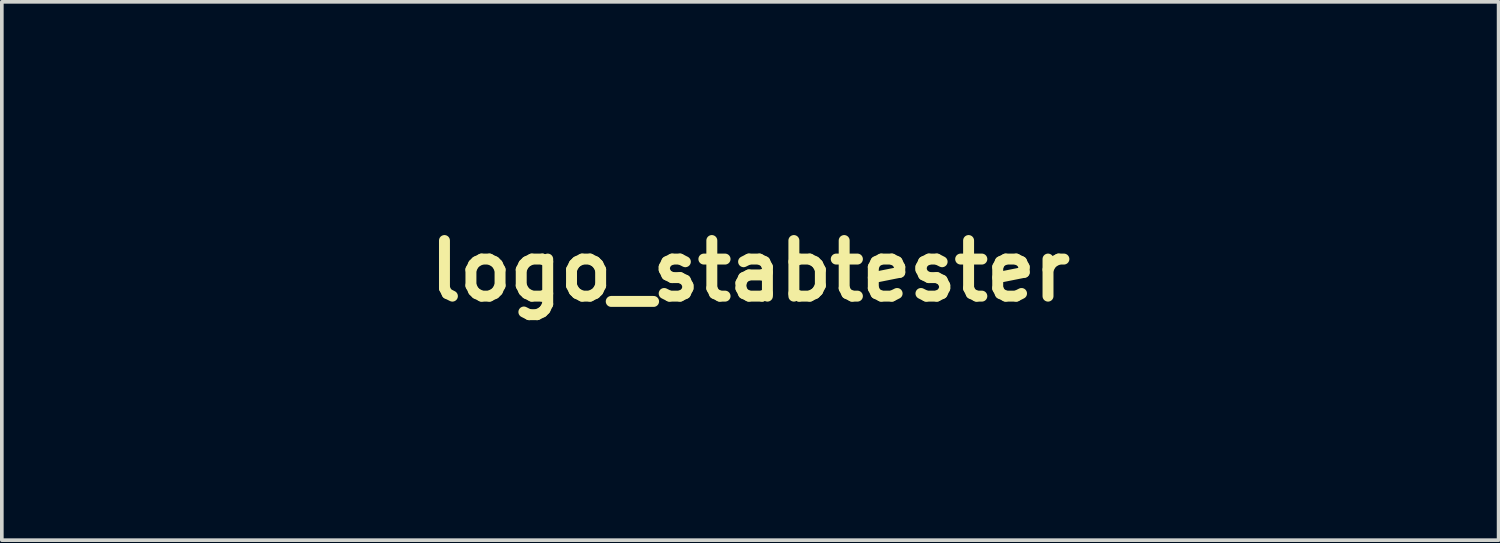
<source format=kicad_pcb>
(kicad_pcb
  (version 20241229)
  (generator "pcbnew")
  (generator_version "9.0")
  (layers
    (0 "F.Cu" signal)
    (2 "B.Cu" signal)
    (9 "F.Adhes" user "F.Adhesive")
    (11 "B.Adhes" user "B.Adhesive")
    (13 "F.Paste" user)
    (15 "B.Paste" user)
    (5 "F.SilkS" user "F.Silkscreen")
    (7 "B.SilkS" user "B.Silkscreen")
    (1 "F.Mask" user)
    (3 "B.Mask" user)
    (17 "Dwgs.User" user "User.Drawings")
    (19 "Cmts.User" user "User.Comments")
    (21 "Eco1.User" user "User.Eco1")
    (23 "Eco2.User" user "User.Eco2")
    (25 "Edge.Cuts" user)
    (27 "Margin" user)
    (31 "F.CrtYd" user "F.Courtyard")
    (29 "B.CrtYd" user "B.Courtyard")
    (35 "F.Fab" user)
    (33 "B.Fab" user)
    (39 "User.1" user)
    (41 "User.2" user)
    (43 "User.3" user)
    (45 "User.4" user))
  (footprint "logo_stabtester"
    (layer "F.Cu")
    (at 17.517 4.379)
    (property "Reference" "logo_stabtester" (at 0 0 0) (layer "F.SilkS") (effects (font (size 1.524 1.524) (thickness 0.3))))
    (attr board_only exclude_from_pos_files exclude_from_bom)
    (fp_poly (pts (xy -12.974 -0.465) (xy -12.97 -0.41) (xy -13.021 -0.334) (xy -13.066 -0.314) (xy -13.127 -0.323) (xy -13.13 -0.379) (xy -13.079 -0.454) (xy -13.035 -0.474)) (stroke (width 0) (type solid)) (fill yes) (layer "F.Mask"))
    (fp_poly (pts (xy -12.974 1.374) (xy -12.97 1.43) (xy -13.021 1.505) (xy -13.066 1.525) (xy -13.127 1.516) (xy -13.13 1.461) (xy -13.079 1.385) (xy -13.035 1.365)) (stroke (width 0) (type solid)) (fill yes) (layer "F.Mask"))
    (fp_poly (pts (xy -12.055 -0.465) (xy -12.051 -0.41) (xy -12.102 -0.334) (xy -12.146 -0.314) (xy -12.207 -0.323) (xy -12.211 -0.379) (xy -12.16 -0.454) (xy -12.115 -0.474)) (stroke (width 0) (type solid)) (fill yes) (layer "F.Mask"))
    (fp_poly (pts (xy -12.055 1.374) (xy -12.051 1.43) (xy -12.102 1.505) (xy -12.146 1.525) (xy -12.207 1.516) (xy -12.211 1.461) (xy -12.16 1.385) (xy -12.115 1.365)) (stroke (width 0) (type solid)) (fill yes) (layer "F.Mask"))
    (fp_poly (pts (xy -1.019 -2.304) (xy -1.015 -2.249) (xy -1.066 -2.173) (xy -1.11 -2.153) (xy -1.171 -2.163) (xy -1.175 -2.218) (xy -1.124 -2.293) (xy -1.079 -2.314)) (stroke (width 0) (type solid)) (fill yes) (layer "F.Mask"))
    (fp_poly (pts (xy -0.907 0.4) (xy -0.904 0.457) (xy -0.949 0.508) (xy -0.978 0.518) (xy -1.039 0.509) (xy -1.043 0.453) (xy -1.001 0.385) (xy -0.963 0.372)) (stroke (width 0) (type solid)) (fill yes) (layer "F.Mask"))
    (fp_poly (pts (xy 8.671 1.574) (xy 9.405 1.586) (xy 10.138 1.598) (xy 10.152 1.785) (xy 10.165 1.971) (xy 8.277 1.971) (xy 8.277 0.131) (xy 8.671 0.131)) (stroke (width 0) (type solid)) (fill yes) (layer "F.Mask"))
    (fp_poly (pts (xy 17.517 4.379) (xy -17.517 4.379) (xy -17.517 4.204) (xy -17.386 4.204) (xy 17.342 4.204) (xy 17.342 -4.248) (xy -17.386 -4.248) (xy -17.386 4.204) (xy -17.517 4.204) (xy -17.517 -4.379) (xy 17.517 -4.379)) (stroke (width 0) (type solid)) (fill yes) (layer "F.Mask"))
    (fp_poly (pts (xy -7.9 -2.447) (xy -7.887 -2.416) (xy -7.901 -2.339) (xy -7.933 -2.228) (xy -7.977 -2.118) (xy -8.02 -2.061) (xy -8.05 -2.068) (xy -8.058 -2.118) (xy -8.044 -2.254) (xy -8.01 -2.372) (xy -7.966 -2.443) (xy -7.943 -2.452)) (stroke (width 0) (type solid)) (fill yes) (layer "F.Mask"))
    (fp_poly (pts (xy 5.343 -1.621) (xy 5.332 -1.516) (xy 5.292 -1.448) (xy 5.206 -1.412) (xy 5.062 -1.401) (xy 4.864 -1.408) (xy 4.598 -1.423) (xy 4.598 -0.69) (xy 4.598 0.044) (xy 4.204 0.044) (xy 4.204 -1.398) (xy 3.843 -1.411) (xy 3.482 -1.423) (xy 3.468 -1.609) (xy 3.455 -1.796) (xy 5.343 -1.796)) (stroke (width 0) (type solid)) (fill yes) (layer "F.Mask"))
    (fp_poly (pts (xy -13.02 -0.199) (xy -13.007 -0.159) (xy -13.014 -0.084) (xy -13.034 0.042) (xy -13.051 0.134) (xy -13.073 0.286) (xy -13.066 0.371) (xy -13.045 0.397) (xy -13.018 0.454) (xy -13.025 0.477) (xy -13.086 0.518) (xy -13.164 0.521) (xy -13.219 0.489) (xy -13.226 0.466) (xy -13.218 0.391) (xy -13.198 0.264) (xy -13.181 0.173) (xy -13.159 0.026) (xy -13.164 -0.058) (xy -13.192 -0.096) (xy -13.222 -0.135) (xy -13.182 -0.175) (xy -13.085 -0.215)) (stroke (width 0) (type solid)) (fill yes) (layer "F.Mask"))
    (fp_poly (pts (xy -13.02 1.64) (xy -13.007 1.68) (xy -13.014 1.755) (xy -13.034 1.882) (xy -13.051 1.973) (xy -13.073 2.125) (xy -13.066 2.21) (xy -13.045 2.237) (xy -13.018 2.294) (xy -13.025 2.316) (xy -13.086 2.357) (xy -13.164 2.361) (xy -13.219 2.328) (xy -13.226 2.305) (xy -13.218 2.23) (xy -13.198 2.104) (xy -13.181 2.012) (xy -13.159 1.865) (xy -13.164 1.781) (xy -13.192 1.744) (xy -13.222 1.704) (xy -13.182 1.665) (xy -13.085 1.624)) (stroke (width 0) (type solid)) (fill yes) (layer "F.Mask"))
    (fp_poly (pts (xy -12.101 -0.199) (xy -12.087 -0.159) (xy -12.095 -0.084) (xy -12.115 0.042) (xy -12.131 0.134) (xy -12.153 0.286) (xy -12.146 0.371) (xy -12.125 0.397) (xy -12.098 0.454) (xy -12.106 0.477) (xy -12.166 0.518) (xy -12.245 0.521) (xy -12.3 0.489) (xy -12.306 0.466) (xy -12.298 0.391) (xy -12.278 0.264) (xy -12.262 0.173) (xy -12.24 0.026) (xy -12.245 -0.058) (xy -12.273 -0.096) (xy -12.302 -0.135) (xy -12.262 -0.175) (xy -12.165 -0.215)) (stroke (width 0) (type solid)) (fill yes) (layer "F.Mask"))
    (fp_poly (pts (xy -12.101 1.64) (xy -12.087 1.68) (xy -12.095 1.755) (xy -12.115 1.882) (xy -12.131 1.973) (xy -12.153 2.125) (xy -12.146 2.21) (xy -12.125 2.237) (xy -12.098 2.294) (xy -12.106 2.316) (xy -12.166 2.357) (xy -12.245 2.361) (xy -12.3 2.328) (xy -12.306 2.305) (xy -12.298 2.23) (xy -12.278 2.104) (xy -12.262 2.012) (xy -12.24 1.865) (xy -12.245 1.781) (xy -12.273 1.744) (xy -12.302 1.704) (xy -12.262 1.665) (xy -12.165 1.624)) (stroke (width 0) (type solid)) (fill yes) (layer "F.Mask"))
    (fp_poly (pts (xy -1.065 -2.039) (xy -1.051 -1.999) (xy -1.059 -1.924) (xy -1.079 -1.797) (xy -1.095 -1.706) (xy -1.117 -1.553) (xy -1.11 -1.468) (xy -1.09 -1.442) (xy -1.062 -1.385) (xy -1.07 -1.362) (xy -1.13 -1.321) (xy -1.209 -1.318) (xy -1.264 -1.351) (xy -1.27 -1.374) (xy -1.262 -1.448) (xy -1.242 -1.575) (xy -1.226 -1.666) (xy -1.204 -1.814) (xy -1.209 -1.897) (xy -1.237 -1.935) (xy -1.266 -1.975) (xy -1.226 -2.014) (xy -1.129 -2.054)) (stroke (width 0) (type solid)) (fill yes) (layer "F.Mask"))
    (fp_poly (pts (xy 12.919 0.813) (xy 13.281 1.495) (xy 13.443 1.196) (xy 13.541 1.016) (xy 13.659 0.798) (xy 13.777 0.58) (xy 13.812 0.515) (xy 14.018 0.131) (xy 14.408 0.131) (xy 14.408 1.971) (xy 14.017 1.971) (xy 14.004 1.456) (xy 13.992 0.942) (xy 13.73 1.456) (xy 13.468 1.971) (xy 13.095 1.971) (xy 12.834 1.456) (xy 12.573 0.942) (xy 12.571 1.828) (xy 12.569 2.715) (xy 12.174 2.715) (xy 12.174 0.131) (xy 12.558 0.131)) (stroke (width 0) (type solid)) (fill yes) (layer "F.Mask"))
    (fp_poly (pts (xy -12.507 -0.648) (xy -12.488 -0.612) (xy -12.487 -0.537) (xy -12.501 -0.407) (xy -12.533 -0.211) (xy -12.55 -0.111) (xy -12.579 0.076) (xy -12.597 0.239) (xy -12.603 0.353) (xy -12.6 0.38) (xy -12.61 0.47) (xy -12.644 0.501) (xy -12.739 0.523) (xy -12.773 0.487) (xy -12.767 0.427) (xy -12.723 0.208) (xy -12.686 -0.009) (xy -12.66 -0.207) (xy -12.646 -0.367) (xy -12.647 -0.47) (xy -12.656 -0.499) (xy -12.669 -0.56) (xy -12.626 -0.624) (xy -12.55 -0.657) (xy -12.541 -0.657)) (stroke (width 0) (type solid)) (fill yes) (layer "F.Mask"))
    (fp_poly (pts (xy -12.507 1.191) (xy -12.488 1.227) (xy -12.487 1.303) (xy -12.501 1.432) (xy -12.533 1.628) (xy -12.55 1.729) (xy -12.579 1.916) (xy -12.597 2.079) (xy -12.603 2.193) (xy -12.6 2.219) (xy -12.61 2.309) (xy -12.644 2.341) (xy -12.739 2.363) (xy -12.773 2.326) (xy -12.767 2.266) (xy -12.723 2.048) (xy -12.686 1.83) (xy -12.66 1.633) (xy -12.646 1.473) (xy -12.647 1.369) (xy -12.656 1.341) (xy -12.669 1.279) (xy -12.626 1.215) (xy -12.55 1.183) (xy -12.541 1.182)) (stroke (width 0) (type solid)) (fill yes) (layer "F.Mask"))
    (fp_poly (pts (xy 13.478 -1.347) (xy 13.466 0.022) (xy 13.285 0.035) (xy 13.103 0.048) (xy 12.562 -0.577) (xy 12.021 -1.202) (xy 12.009 -0.207) (xy 11.998 0.788) (xy 11.831 0.788) (xy 11.715 0.781) (xy 11.641 0.764) (xy 11.634 0.759) (xy 11.627 0.709) (xy 11.62 0.583) (xy 11.614 0.392) (xy 11.61 0.148) (xy 11.607 -0.14) (xy 11.605 -0.459) (xy 11.605 -0.533) (xy 11.605 -1.796) (xy 11.813 -1.793) (xy 12.021 -1.79) (xy 13.072 -0.552) (xy 13.084 -1.633) (xy 13.096 -2.715) (xy 13.49 -2.715)) (stroke (width 0) (type solid)) (fill yes) (layer "F.Mask"))
    (fp_poly (pts (xy -14.807 -1.998) (xy -14.802 -1.966) (xy -14.82 -1.898) (xy -14.889 -1.896) (xy -14.892 -1.897) (xy -14.98 -1.878) (xy -15.064 -1.788) (xy -15.132 -1.641) (xy -15.17 -1.486) (xy -15.205 -1.36) (xy -15.261 -1.314) (xy -15.268 -1.314) (xy -15.314 -1.331) (xy -15.32 -1.399) (xy -15.31 -1.456) (xy -15.269 -1.672) (xy -15.25 -1.815) (xy -15.25 -1.896) (xy -15.271 -1.926) (xy -15.278 -1.927) (xy -15.325 -1.949) (xy -15.31 -1.996) (xy -15.252 -2.034) (xy -15.163 -2.027) (xy -15.126 -1.994) (xy -15.079 -1.949) (xy -15.033 -1.978) (xy -15.021 -1.992) (xy -14.938 -2.051) (xy -14.857 -2.052)) (stroke (width 0) (type solid)) (fill yes) (layer "F.Mask"))
    (fp_poly (pts (xy -9.902 -0.159) (xy -9.897 -0.126) (xy -9.915 -0.058) (xy -9.984 -0.056) (xy -9.988 -0.057) (xy -10.076 -0.039) (xy -10.159 0.051) (xy -10.227 0.198) (xy -10.265 0.354) (xy -10.301 0.479) (xy -10.356 0.525) (xy -10.363 0.526) (xy -10.409 0.508) (xy -10.415 0.441) (xy -10.405 0.383) (xy -10.365 0.167) (xy -10.345 0.025) (xy -10.346 -0.056) (xy -10.366 -0.087) (xy -10.373 -0.088) (xy -10.42 -0.11) (xy -10.405 -0.157) (xy -10.347 -0.195) (xy -10.258 -0.188) (xy -10.222 -0.155) (xy -10.175 -0.109) (xy -10.129 -0.139) (xy -10.117 -0.153) (xy -10.033 -0.212) (xy -9.952 -0.213)) (stroke (width 0) (type solid)) (fill yes) (layer "F.Mask"))
    (fp_poly (pts (xy -9.902 1.68) (xy -9.897 1.713) (xy -9.915 1.781) (xy -9.984 1.783) (xy -9.988 1.782) (xy -10.076 1.8) (xy -10.159 1.891) (xy -10.227 2.037) (xy -10.265 2.193) (xy -10.301 2.319) (xy -10.356 2.364) (xy -10.363 2.365) (xy -10.409 2.347) (xy -10.415 2.28) (xy -10.405 2.223) (xy -10.365 2.006) (xy -10.345 1.864) (xy -10.346 1.783) (xy -10.366 1.753) (xy -10.373 1.752) (xy -10.42 1.73) (xy -10.405 1.683) (xy -10.347 1.645) (xy -10.258 1.651) (xy -10.222 1.684) (xy -10.175 1.73) (xy -10.129 1.701) (xy -10.117 1.687) (xy -10.033 1.627) (xy -9.952 1.627)) (stroke (width 0) (type solid)) (fill yes) (layer "F.Mask"))
    (fp_poly (pts (xy -5.26 -1.998) (xy -5.255 -1.966) (xy -5.273 -1.898) (xy -5.342 -1.896) (xy -5.345 -1.897) (xy -5.434 -1.878) (xy -5.517 -1.788) (xy -5.585 -1.641) (xy -5.623 -1.486) (xy -5.659 -1.36) (xy -5.714 -1.314) (xy -5.721 -1.314) (xy -5.767 -1.331) (xy -5.773 -1.399) (xy -5.763 -1.456) (xy -5.722 -1.672) (xy -5.703 -1.815) (xy -5.704 -1.896) (xy -5.724 -1.926) (xy -5.731 -1.927) (xy -5.778 -1.949) (xy -5.763 -1.996) (xy -5.705 -2.034) (xy -5.616 -2.027) (xy -5.58 -1.994) (xy -5.532 -1.949) (xy -5.486 -1.978) (xy -5.475 -1.992) (xy -5.391 -2.051) (xy -5.31 -2.052)) (stroke (width 0) (type solid)) (fill yes) (layer "F.Mask"))
    (fp_poly (pts (xy -5.085 -0.159) (xy -5.08 -0.126) (xy -5.098 -0.058) (xy -5.167 -0.056) (xy -5.17 -0.057) (xy -5.258 -0.039) (xy -5.342 0.051) (xy -5.41 0.198) (xy -5.448 0.354) (xy -5.483 0.479) (xy -5.539 0.525) (xy -5.546 0.526) (xy -5.592 0.508) (xy -5.598 0.441) (xy -5.588 0.383) (xy -5.547 0.167) (xy -5.528 0.025) (xy -5.528 -0.056) (xy -5.549 -0.087) (xy -5.556 -0.088) (xy -5.603 -0.11) (xy -5.588 -0.157) (xy -5.53 -0.195) (xy -5.441 -0.188) (xy -5.404 -0.155) (xy -5.357 -0.109) (xy -5.311 -0.139) (xy -5.299 -0.153) (xy -5.216 -0.212) (xy -5.135 -0.213)) (stroke (width 0) (type solid)) (fill yes) (layer "F.Mask"))
    (fp_poly (pts (xy -4.034 -0.159) (xy -4.029 -0.126) (xy -4.047 -0.058) (xy -4.116 -0.056) (xy -4.119 -0.057) (xy -4.207 -0.039) (xy -4.291 0.051) (xy -4.359 0.198) (xy -4.397 0.354) (xy -4.432 0.479) (xy -4.488 0.525) (xy -4.495 0.526) (xy -4.541 0.508) (xy -4.547 0.441) (xy -4.537 0.383) (xy -4.496 0.167) (xy -4.477 0.025) (xy -4.477 -0.056) (xy -4.498 -0.087) (xy -4.505 -0.088) (xy -4.552 -0.11) (xy -4.537 -0.157) (xy -4.479 -0.195) (xy -4.39 -0.188) (xy -4.353 -0.155) (xy -4.306 -0.109) (xy -4.26 -0.139) (xy -4.248 -0.153) (xy -4.165 -0.212) (xy -4.084 -0.213)) (stroke (width 0) (type solid)) (fill yes) (layer "F.Mask"))
    (fp_poly (pts (xy -1.494 1.68) (xy -1.489 1.713) (xy -1.507 1.781) (xy -1.576 1.783) (xy -1.579 1.782) (xy -1.667 1.8) (xy -1.751 1.891) (xy -1.819 2.037) (xy -1.857 2.193) (xy -1.892 2.319) (xy -1.948 2.364) (xy -1.955 2.365) (xy -2.001 2.347) (xy -2.007 2.28) (xy -1.997 2.223) (xy -1.956 2.006) (xy -1.937 1.864) (xy -1.937 1.783) (xy -1.958 1.753) (xy -1.965 1.752) (xy -2.012 1.73) (xy -1.997 1.683) (xy -1.939 1.645) (xy -1.85 1.651) (xy -1.813 1.684) (xy -1.766 1.73) (xy -1.72 1.701) (xy -1.708 1.687) (xy -1.625 1.627) (xy -1.544 1.627)) (stroke (width 0) (type solid)) (fill yes) (layer "F.Mask"))
    (fp_poly (pts (xy -2.064 -2.03) (xy -1.985 -1.956) (xy -1.971 -1.896) (xy -1.997 -1.845) (xy -2.059 -1.853) (xy -2.122 -1.91) (xy -2.199 -1.964) (xy -2.284 -1.946) (xy -2.363 -1.87) (xy -2.424 -1.751) (xy -2.452 -1.601) (xy -2.452 -1.575) (xy -2.434 -1.474) (xy -2.364 -1.425) (xy -2.347 -1.42) (xy -2.228 -1.418) (xy -2.153 -1.441) (xy -2.057 -1.483) (xy -2.027 -1.477) (xy -2.067 -1.425) (xy -2.096 -1.4) (xy -2.221 -1.334) (xy -2.363 -1.315) (xy -2.479 -1.347) (xy -2.535 -1.409) (xy -2.58 -1.48) (xy -2.608 -1.619) (xy -2.571 -1.768) (xy -2.482 -1.906) (xy -2.358 -2.01) (xy -2.214 -2.057) (xy -2.193 -2.058)) (stroke (width 0) (type solid)) (fill yes) (layer "F.Mask"))
    (fp_poly (pts (xy -13.356 -2.046) (xy -13.238 -1.979) (xy -13.16 -1.86) (xy -13.138 -1.726) (xy -13.177 -1.563) (xy -13.279 -1.432) (xy -13.423 -1.344) (xy -13.586 -1.314) (xy -13.748 -1.353) (xy -13.764 -1.362) (xy -13.864 -1.467) (xy -13.898 -1.613) (xy -13.894 -1.631) (xy -13.751 -1.631) (xy -13.722 -1.491) (xy -13.644 -1.416) (xy -13.534 -1.41) (xy -13.408 -1.48) (xy -13.377 -1.509) (xy -13.302 -1.614) (xy -13.269 -1.72) (xy -13.269 -1.725) (xy -13.301 -1.845) (xy -13.379 -1.937) (xy -13.471 -1.971) (xy -13.566 -1.934) (xy -13.66 -1.842) (xy -13.729 -1.725) (xy -13.751 -1.631) (xy -13.894 -1.631) (xy -13.865 -1.77) (xy -13.767 -1.923) (xy -13.638 -2.019) (xy -13.495 -2.06)) (stroke (width 0) (type solid)) (fill yes) (layer "F.Mask"))
    (fp_poly (pts (xy -4.685 -2.046) (xy -4.567 -1.979) (xy -4.489 -1.86) (xy -4.467 -1.726) (xy -4.506 -1.563) (xy -4.608 -1.432) (xy -4.752 -1.344) (xy -4.915 -1.314) (xy -5.076 -1.353) (xy -5.093 -1.362) (xy -5.193 -1.467) (xy -5.227 -1.613) (xy -5.223 -1.631) (xy -5.08 -1.631) (xy -5.051 -1.491) (xy -4.973 -1.416) (xy -4.863 -1.41) (xy -4.737 -1.48) (xy -4.706 -1.509) (xy -4.631 -1.614) (xy -4.598 -1.72) (xy -4.598 -1.725) (xy -4.63 -1.845) (xy -4.708 -1.937) (xy -4.8 -1.971) (xy -4.895 -1.934) (xy -4.989 -1.842) (xy -5.058 -1.725) (xy -5.08 -1.631) (xy -5.223 -1.631) (xy -5.194 -1.77) (xy -5.096 -1.923) (xy -4.967 -2.019) (xy -4.824 -2.06)) (stroke (width 0) (type solid)) (fill yes) (layer "F.Mask"))
    (fp_poly (pts (xy -2.582 -0.183) (xy -2.55 -0.089) (xy -2.552 0.042) (xy -2.587 0.188) (xy -2.653 0.329) (xy -2.699 0.393) (xy -2.809 0.483) (xy -2.932 0.526) (xy -3.04 0.516) (xy -3.096 0.471) (xy -3.114 0.401) (xy -3.127 0.273) (xy -3.131 0.12) (xy -3.127 -0.043) (xy -3.113 -0.138) (xy -3.083 -0.186) (xy -3.051 -0.202) (xy -2.985 -0.214) (xy -2.952 -0.191) (xy -2.947 -0.115) (xy -2.967 0.027) (xy -2.977 0.084) (xy -2.999 0.231) (xy -3.006 0.345) (xy -2.999 0.395) (xy -2.933 0.437) (xy -2.843 0.403) (xy -2.758 0.318) (xy -2.698 0.221) (xy -2.678 0.114) (xy -2.687 -0.011) (xy -2.696 -0.142) (xy -2.681 -0.206) (xy -2.65 -0.219)) (stroke (width 0) (type solid)) (fill yes) (layer "F.Mask"))
    (fp_poly (pts (xy -0.393 -2.046) (xy -0.275 -1.979) (xy -0.197 -1.86) (xy -0.175 -1.726) (xy -0.214 -1.563) (xy -0.316 -1.432) (xy -0.46 -1.344) (xy -0.624 -1.314) (xy -0.785 -1.353) (xy -0.802 -1.362) (xy -0.901 -1.467) (xy -0.935 -1.613) (xy -0.932 -1.631) (xy -0.788 -1.631) (xy -0.759 -1.491) (xy -0.681 -1.416) (xy -0.571 -1.41) (xy -0.445 -1.48) (xy -0.414 -1.509) (xy -0.34 -1.614) (xy -0.307 -1.72) (xy -0.307 -1.725) (xy -0.338 -1.845) (xy -0.416 -1.937) (xy -0.509 -1.971) (xy -0.603 -1.934) (xy -0.697 -1.842) (xy -0.767 -1.725) (xy -0.788 -1.631) (xy -0.932 -1.631) (xy -0.902 -1.77) (xy -0.805 -1.923) (xy -0.675 -2.019) (xy -0.532 -2.06)) (stroke (width 0) (type solid)) (fill yes) (layer "F.Mask"))
    (fp_poly (pts (xy -7.454 -1.992) (xy -7.429 -1.962) (xy -7.402 -1.883) (xy -7.434 -1.853) (xy -7.508 -1.885) (xy -7.531 -1.903) (xy -7.618 -1.953) (xy -7.684 -1.955) (xy -7.746 -1.902) (xy -7.733 -1.83) (xy -7.65 -1.754) (xy -7.587 -1.719) (xy -7.463 -1.637) (xy -7.409 -1.548) (xy -7.433 -1.447) (xy -7.519 -1.369) (xy -7.643 -1.325) (xy -7.781 -1.322) (xy -7.894 -1.361) (xy -7.955 -1.423) (xy -7.967 -1.491) (xy -7.928 -1.531) (xy -7.91 -1.533) (xy -7.833 -1.502) (xy -7.795 -1.467) (xy -7.704 -1.406) (xy -7.613 -1.43) (xy -7.582 -1.46) (xy -7.567 -1.508) (xy -7.613 -1.565) (xy -7.697 -1.624) (xy -7.826 -1.736) (xy -7.872 -1.848) (xy -7.832 -1.955) (xy -7.801 -1.987) (xy -7.688 -2.043) (xy -7.56 -2.044)) (stroke (width 0) (type solid)) (fill yes) (layer "F.Mask"))
    (fp_poly (pts (xy -7.148 -0.153) (xy -7.122 -0.123) (xy -7.095 -0.043) (xy -7.128 -0.014) (xy -7.201 -0.045) (xy -7.224 -0.064) (xy -7.312 -0.114) (xy -7.378 -0.116) (xy -7.44 -0.063) (xy -7.427 0.009) (xy -7.343 0.086) (xy -7.281 0.12) (xy -7.156 0.202) (xy -7.103 0.292) (xy -7.126 0.393) (xy -7.212 0.47) (xy -7.336 0.515) (xy -7.475 0.517) (xy -7.587 0.478) (xy -7.648 0.416) (xy -7.66 0.348) (xy -7.621 0.308) (xy -7.603 0.307) (xy -7.527 0.337) (xy -7.489 0.372) (xy -7.398 0.433) (xy -7.306 0.409) (xy -7.275 0.379) (xy -7.261 0.331) (xy -7.307 0.274) (xy -7.391 0.215) (xy -7.52 0.103) (xy -7.565 -0.009) (xy -7.525 -0.116) (xy -7.494 -0.148) (xy -7.382 -0.203) (xy -7.254 -0.204)) (stroke (width 0) (type solid)) (fill yes) (layer "F.Mask"))
    (fp_poly (pts (xy -3.557 1.686) (xy -3.531 1.717) (xy -3.504 1.796) (xy -3.537 1.825) (xy -3.61 1.794) (xy -3.633 1.775) (xy -3.721 1.726) (xy -3.786 1.723) (xy -3.849 1.776) (xy -3.835 1.848) (xy -3.752 1.925) (xy -3.69 1.96) (xy -3.565 2.041) (xy -3.512 2.131) (xy -3.535 2.232) (xy -3.621 2.309) (xy -3.745 2.354) (xy -3.884 2.357) (xy -3.996 2.318) (xy -4.057 2.255) (xy -4.069 2.188) (xy -4.03 2.148) (xy -4.012 2.146) (xy -3.936 2.177) (xy -3.898 2.212) (xy -3.807 2.272) (xy -3.715 2.249) (xy -3.684 2.219) (xy -3.67 2.17) (xy -3.716 2.114) (xy -3.8 2.054) (xy -3.929 1.942) (xy -3.974 1.831) (xy -3.934 1.724) (xy -3.903 1.691) (xy -3.791 1.636) (xy -3.663 1.635)) (stroke (width 0) (type solid)) (fill yes) (layer "F.Mask"))
    (fp_poly (pts (xy -15.103 -0.423) (xy -15.095 -0.346) (xy -15.098 -0.328) (xy -15.098 -0.244) (xy -15.048 -0.219) (xy -15.048 -0.219) (xy -14.987 -0.197) (xy -14.977 -0.175) (xy -15.014 -0.139) (xy -15.059 -0.131) (xy -15.114 -0.111) (xy -15.148 -0.039) (xy -15.168 0.072) (xy -15.189 0.238) (xy -15.193 0.333) (xy -15.175 0.374) (xy -15.13 0.378) (xy -15.087 0.368) (xy -14.998 0.356) (xy -14.986 0.377) (xy -15.048 0.426) (xy -15.106 0.459) (xy -15.251 0.518) (xy -15.337 0.518) (xy -15.362 0.458) (xy -15.357 0.427) (xy -15.337 0.327) (xy -15.314 0.181) (xy -15.302 0.099) (xy -15.289 -0.04) (xy -15.298 -0.111) (xy -15.331 -0.132) (xy -15.333 -0.132) (xy -15.354 -0.153) (xy -15.301 -0.209) (xy -15.221 -0.295) (xy -15.182 -0.361) (xy -15.139 -0.431)) (stroke (width 0) (type solid)) (fill yes) (layer "F.Mask"))
    (fp_poly (pts (xy -15.103 1.416) (xy -15.095 1.493) (xy -15.098 1.511) (xy -15.098 1.596) (xy -15.048 1.62) (xy -15.048 1.62) (xy -14.987 1.642) (xy -14.977 1.664) (xy -15.014 1.701) (xy -15.059 1.708) (xy -15.114 1.728) (xy -15.148 1.801) (xy -15.168 1.911) (xy -15.189 2.077) (xy -15.193 2.172) (xy -15.175 2.214) (xy -15.13 2.217) (xy -15.087 2.208) (xy -14.998 2.195) (xy -14.986 2.216) (xy -15.048 2.265) (xy -15.106 2.298) (xy -15.251 2.358) (xy -15.337 2.357) (xy -15.362 2.297) (xy -15.357 2.266) (xy -15.337 2.166) (xy -15.314 2.02) (xy -15.302 1.938) (xy -15.289 1.799) (xy -15.298 1.728) (xy -15.331 1.707) (xy -15.333 1.707) (xy -15.354 1.686) (xy -15.301 1.63) (xy -15.221 1.545) (xy -15.182 1.478) (xy -15.139 1.408)) (stroke (width 0) (type solid)) (fill yes) (layer "F.Mask"))
    (fp_poly (pts (xy -6.651 -0.423) (xy -6.643 -0.346) (xy -6.646 -0.328) (xy -6.646 -0.244) (xy -6.596 -0.219) (xy -6.596 -0.219) (xy -6.534 -0.197) (xy -6.525 -0.175) (xy -6.562 -0.139) (xy -6.607 -0.131) (xy -6.662 -0.111) (xy -6.696 -0.039) (xy -6.716 0.072) (xy -6.737 0.238) (xy -6.741 0.333) (xy -6.723 0.374) (xy -6.678 0.378) (xy -6.635 0.368) (xy -6.546 0.356) (xy -6.534 0.377) (xy -6.596 0.426) (xy -6.654 0.459) (xy -6.799 0.518) (xy -6.885 0.518) (xy -6.91 0.458) (xy -6.905 0.427) (xy -6.885 0.327) (xy -6.862 0.181) (xy -6.85 0.099) (xy -6.837 -0.04) (xy -6.846 -0.111) (xy -6.879 -0.132) (xy -6.881 -0.132) (xy -6.902 -0.153) (xy -6.849 -0.209) (xy -6.769 -0.295) (xy -6.73 -0.361) (xy -6.687 -0.431)) (stroke (width 0) (type solid)) (fill yes) (layer "F.Mask"))
    (fp_poly (pts (xy -3.059 1.416) (xy -3.052 1.493) (xy -3.055 1.511) (xy -3.055 1.596) (xy -3.005 1.62) (xy -3.005 1.62) (xy -2.943 1.642) (xy -2.934 1.664) (xy -2.971 1.701) (xy -3.016 1.708) (xy -3.071 1.728) (xy -3.105 1.801) (xy -3.125 1.911) (xy -3.146 2.077) (xy -3.15 2.172) (xy -3.131 2.214) (xy -3.087 2.217) (xy -3.044 2.208) (xy -2.955 2.195) (xy -2.943 2.216) (xy -3.005 2.265) (xy -3.063 2.298) (xy -3.208 2.358) (xy -3.294 2.357) (xy -3.319 2.297) (xy -3.314 2.266) (xy -3.294 2.166) (xy -3.271 2.02) (xy -3.259 1.938) (xy -3.246 1.799) (xy -3.255 1.728) (xy -3.288 1.707) (xy -3.29 1.707) (xy -3.311 1.686) (xy -3.258 1.63) (xy -3.178 1.545) (xy -3.139 1.478) (xy -3.096 1.408)) (stroke (width 0) (type solid)) (fill yes) (layer "F.Mask"))
    (fp_poly (pts (xy -1.571 -2.262) (xy -1.563 -2.186) (xy -1.566 -2.168) (xy -1.566 -2.083) (xy -1.516 -2.058) (xy -1.516 -2.058) (xy -1.454 -2.036) (xy -1.445 -2.014) (xy -1.482 -1.978) (xy -1.527 -1.971) (xy -1.582 -1.951) (xy -1.616 -1.878) (xy -1.636 -1.768) (xy -1.657 -1.602) (xy -1.661 -1.506) (xy -1.643 -1.465) (xy -1.598 -1.461) (xy -1.555 -1.471) (xy -1.466 -1.484) (xy -1.454 -1.462) (xy -1.516 -1.413) (xy -1.574 -1.381) (xy -1.719 -1.321) (xy -1.805 -1.321) (xy -1.83 -1.382) (xy -1.825 -1.412) (xy -1.805 -1.513) (xy -1.782 -1.658) (xy -1.77 -1.741) (xy -1.757 -1.88) (xy -1.766 -1.951) (xy -1.799 -1.972) (xy -1.801 -1.972) (xy -1.822 -1.992) (xy -1.769 -2.048) (xy -1.689 -2.134) (xy -1.65 -2.201) (xy -1.607 -2.27)) (stroke (width 0) (type solid)) (fill yes) (layer "F.Mask"))
    (fp_poly (pts (xy 9.372 -1.684) (xy 9.371 -1.352) (xy 9.369 -1.095) (xy 9.364 -0.902) (xy 9.355 -0.759) (xy 9.343 -0.656) (xy 9.325 -0.579) (xy 9.301 -0.517) (xy 9.288 -0.491) (xy 9.121 -0.253) (xy 8.908 -0.082) (xy 8.66 0.016) (xy 8.39 0.035) (xy 8.13 -0.02) (xy 7.904 -0.145) (xy 7.716 -0.335) (xy 7.615 -0.504) (xy 7.579 -0.599) (xy 7.555 -0.714) (xy 7.541 -0.868) (xy 7.534 -1.078) (xy 7.533 -1.237) (xy 7.532 -1.796) (xy 7.927 -1.796) (xy 7.927 -1.268) (xy 7.93 -1.004) (xy 7.943 -0.814) (xy 7.966 -0.683) (xy 7.993 -0.612) (xy 8.112 -0.469) (xy 8.276 -0.382) (xy 8.464 -0.354) (xy 8.652 -0.387) (xy 8.817 -0.483) (xy 8.856 -0.522) (xy 8.978 -0.658) (xy 8.978 -2.715) (xy 9.372 -2.715)) (stroke (width 0) (type solid)) (fill yes) (layer "F.Mask"))
    (fp_poly (pts (xy 11.188 0.093) (xy 11.204 0.131) (xy 11.235 0.202) (xy 11.299 0.339) (xy 11.388 0.527) (xy 11.496 0.755) (xy 11.618 1.009) (xy 11.665 1.106) (xy 12.083 1.971) (xy 11.855 1.971) (xy 11.627 1.971) (xy 11.411 1.5) (xy 11.325 1.313) (xy 11.25 1.156) (xy 11.196 1.045) (xy 11.17 0.998) (xy 11.143 1.023) (xy 11.087 1.114) (xy 11.011 1.257) (xy 10.922 1.439) (xy 10.908 1.469) (xy 10.671 1.971) (xy 10.459 1.971) (xy 10.337 1.965) (xy 10.26 1.952) (xy 10.248 1.943) (xy 10.265 1.898) (xy 10.315 1.789) (xy 10.389 1.627) (xy 10.482 1.427) (xy 10.588 1.203) (xy 10.699 0.968) (xy 10.81 0.735) (xy 10.913 0.518) (xy 11.003 0.33) (xy 11.074 0.186) (xy 11.118 0.099) (xy 11.124 0.089) (xy 11.156 0.054)) (stroke (width 0) (type solid)) (fill yes) (layer "F.Mask"))
    (fp_poly (pts (xy -1.411 -0.637) (xy -1.409 -0.588) (xy -1.419 -0.471) (xy -1.44 -0.306) (xy -1.461 -0.158) (xy -1.498 0.079) (xy -1.52 0.243) (xy -1.527 0.348) (xy -1.52 0.406) (xy -1.497 0.432) (xy -1.458 0.438) (xy -1.445 0.438) (xy -1.374 0.456) (xy -1.358 0.482) (xy -1.398 0.505) (xy -1.504 0.52) (xy -1.642 0.526) (xy -1.787 0.52) (xy -1.89 0.505) (xy -1.927 0.485) (xy -1.89 0.448) (xy -1.828 0.43) (xy -1.763 0.395) (xy -1.709 0.305) (xy -1.663 0.15) (xy -1.622 -0.079) (xy -1.604 -0.208) (xy -1.588 -0.341) (xy -1.593 -0.41) (xy -1.626 -0.434) (xy -1.685 -0.438) (xy -1.768 -0.453) (xy -1.796 -0.482) (xy -1.761 -0.523) (xy -1.741 -0.526) (xy -1.666 -0.545) (xy -1.561 -0.591) (xy -1.559 -0.592) (xy -1.467 -0.632) (xy -1.413 -0.639)) (stroke (width 0) (type solid)) (fill yes) (layer "F.Mask"))
    (fp_poly (pts (xy -0.01 -0.637) (xy -0.007 -0.588) (xy -0.017 -0.471) (xy -0.038 -0.306) (xy -0.06 -0.158) (xy -0.096 0.079) (xy -0.118 0.243) (xy -0.126 0.348) (xy -0.118 0.406) (xy -0.095 0.432) (xy -0.057 0.438) (xy -0.044 0.438) (xy 0.027 0.456) (xy 0.044 0.482) (xy 0.004 0.505) (xy -0.103 0.52) (xy -0.241 0.526) (xy -0.386 0.52) (xy -0.488 0.505) (xy -0.526 0.485) (xy -0.488 0.448) (xy -0.427 0.43) (xy -0.362 0.395) (xy -0.308 0.305) (xy -0.262 0.15) (xy -0.22 -0.079) (xy -0.202 -0.208) (xy -0.187 -0.341) (xy -0.192 -0.41) (xy -0.224 -0.434) (xy -0.283 -0.438) (xy -0.366 -0.453) (xy -0.394 -0.482) (xy -0.36 -0.523) (xy -0.339 -0.526) (xy -0.264 -0.545) (xy -0.16 -0.591) (xy -0.158 -0.592) (xy -0.065 -0.632) (xy -0.011 -0.639)) (stroke (width 0) (type solid)) (fill yes) (layer "F.Mask"))
    (fp_poly (pts (xy -14.521 -2.036) (xy -14.517 -1.951) (xy -14.536 -1.794) (xy -14.542 -1.753) (xy -14.564 -1.569) (xy -14.553 -1.457) (xy -14.506 -1.411) (xy -14.42 -1.419) (xy -14.419 -1.42) (xy -14.342 -1.483) (xy -14.265 -1.611) (xy -14.199 -1.782) (xy -14.166 -1.916) (xy -14.126 -2.021) (xy -14.071 -2.058) (xy -14.026 -2.035) (xy -14.031 -1.954) (xy -14.032 -1.949) (xy -14.074 -1.748) (xy -14.092 -1.587) (xy -14.085 -1.481) (xy -14.054 -1.445) (xy -14.026 -1.428) (xy -14.069 -1.372) (xy -14.073 -1.369) (xy -14.135 -1.317) (xy -14.176 -1.33) (xy -14.208 -1.369) (xy -14.259 -1.421) (xy -14.303 -1.4) (xy -14.32 -1.38) (xy -14.409 -1.326) (xy -14.524 -1.317) (xy -14.625 -1.35) (xy -14.664 -1.39) (xy -14.689 -1.49) (xy -14.695 -1.631) (xy -14.685 -1.786) (xy -14.662 -1.925) (xy -14.627 -2.017) (xy -14.61 -2.035) (xy -14.551 -2.061)) (stroke (width 0) (type solid)) (fill yes) (layer "F.Mask"))
    (fp_poly (pts (xy -11.411 -0.209) (xy -11.347 -0.178) (xy -11.342 -0.163) (xy -11.372 -0.107) (xy -11.45 -0.01) (xy -11.56 0.108) (xy -11.583 0.131) (xy -11.72 0.27) (xy -11.796 0.361) (xy -11.816 0.412) (xy -11.785 0.435) (xy -11.74 0.438) (xy -11.607 0.418) (xy -11.53 0.363) (xy -11.518 0.324) (xy -11.493 0.269) (xy -11.443 0.276) (xy -11.4 0.335) (xy -11.406 0.418) (xy -11.488 0.481) (xy -11.635 0.518) (xy -11.767 0.526) (xy -11.916 0.517) (xy -11.989 0.492) (xy -11.999 0.467) (xy -11.972 0.41) (xy -11.898 0.308) (xy -11.792 0.18) (xy -11.755 0.139) (xy -11.51 -0.131) (xy -11.64 -0.131) (xy -11.746 -0.111) (xy -11.794 -0.041) (xy -11.794 -0.039) (xy -11.833 0.021) (xy -11.88 0.011) (xy -11.91 -0.059) (xy -11.912 -0.085) (xy -11.89 -0.155) (xy -11.816 -0.197) (xy -11.678 -0.216) (xy -11.558 -0.219)) (stroke (width 0) (type solid)) (fill yes) (layer "F.Mask"))
    (fp_poly (pts (xy -11.411 1.631) (xy -11.347 1.662) (xy -11.342 1.677) (xy -11.372 1.732) (xy -11.45 1.829) (xy -11.56 1.947) (xy -11.583 1.971) (xy -11.72 2.11) (xy -11.796 2.2) (xy -11.816 2.252) (xy -11.785 2.274) (xy -11.74 2.277) (xy -11.607 2.257) (xy -11.53 2.203) (xy -11.518 2.163) (xy -11.493 2.108) (xy -11.443 2.115) (xy -11.4 2.174) (xy -11.406 2.257) (xy -11.488 2.32) (xy -11.635 2.357) (xy -11.767 2.365) (xy -11.916 2.357) (xy -11.989 2.331) (xy -11.999 2.307) (xy -11.972 2.249) (xy -11.898 2.147) (xy -11.792 2.02) (xy -11.755 1.978) (xy -11.51 1.708) (xy -11.64 1.708) (xy -11.746 1.728) (xy -11.794 1.798) (xy -11.794 1.8) (xy -11.833 1.86) (xy -11.88 1.85) (xy -11.91 1.78) (xy -11.912 1.754) (xy -11.89 1.684) (xy -11.816 1.642) (xy -11.678 1.623) (xy -11.558 1.62)) (stroke (width 0) (type solid)) (fill yes) (layer "F.Mask"))
    (fp_poly (pts (xy -3.222 -2.036) (xy -3.218 -1.951) (xy -3.237 -1.794) (xy -3.244 -1.753) (xy -3.265 -1.569) (xy -3.254 -1.457) (xy -3.207 -1.411) (xy -3.122 -1.419) (xy -3.12 -1.42) (xy -3.043 -1.483) (xy -2.966 -1.611) (xy -2.901 -1.782) (xy -2.867 -1.916) (xy -2.828 -2.021) (xy -2.773 -2.058) (xy -2.727 -2.035) (xy -2.732 -1.954) (xy -2.733 -1.949) (xy -2.775 -1.748) (xy -2.793 -1.587) (xy -2.786 -1.481) (xy -2.756 -1.445) (xy -2.728 -1.428) (xy -2.771 -1.372) (xy -2.774 -1.369) (xy -2.836 -1.317) (xy -2.877 -1.33) (xy -2.909 -1.369) (xy -2.96 -1.421) (xy -3.004 -1.4) (xy -3.021 -1.38) (xy -3.11 -1.326) (xy -3.225 -1.317) (xy -3.327 -1.35) (xy -3.365 -1.39) (xy -3.39 -1.49) (xy -3.397 -1.631) (xy -3.387 -1.786) (xy -3.363 -1.925) (xy -3.328 -2.017) (xy -3.312 -2.035) (xy -3.252 -2.061)) (stroke (width 0) (type solid)) (fill yes) (layer "F.Mask"))
    (fp_poly (pts (xy -7.559 1.25) (xy -7.432 1.314) (xy -7.364 1.405) (xy -7.357 1.445) (xy -7.379 1.534) (xy -7.428 1.55) (xy -7.48 1.488) (xy -7.486 1.474) (xy -7.565 1.37) (xy -7.686 1.324) (xy -7.828 1.332) (xy -7.971 1.392) (xy -8.094 1.499) (xy -8.148 1.581) (xy -8.218 1.779) (xy -8.225 1.961) (xy -8.178 2.112) (xy -8.081 2.218) (xy -7.941 2.266) (xy -7.848 2.262) (xy -7.701 2.218) (xy -7.569 2.147) (xy -7.567 2.146) (xy -7.484 2.092) (xy -7.45 2.093) (xy -7.445 2.123) (xy -7.484 2.201) (xy -7.586 2.275) (xy -7.725 2.333) (xy -7.877 2.363) (xy -7.915 2.365) (xy -8.073 2.344) (xy -8.205 2.27) (xy -8.241 2.239) (xy -8.328 2.148) (xy -8.37 2.057) (xy -8.381 1.924) (xy -8.381 1.897) (xy -8.343 1.654) (xy -8.236 1.457) (xy -8.069 1.314) (xy -7.853 1.237) (xy -7.722 1.226)) (stroke (width 0) (type solid)) (fill yes) (layer "F.Mask"))
    (fp_poly (pts (xy -13.8 -0.617) (xy -13.802 -0.514) (xy -13.814 -0.383) (xy -13.828 -0.236) (xy -13.826 -0.163) (xy -13.806 -0.151) (xy -13.789 -0.164) (xy -13.68 -0.221) (xy -13.56 -0.209) (xy -13.451 -0.141) (xy -13.376 -0.031) (xy -13.357 0.073) (xy -13.394 0.265) (xy -13.499 0.408) (xy -13.664 0.494) (xy -13.873 0.516) (xy -14.085 0.507) (xy -14.039 0.243) (xy -13.926 0.243) (xy -13.896 0.35) (xy -13.825 0.424) (xy -13.774 0.438) (xy -13.705 0.415) (xy -13.633 0.372) (xy -13.549 0.276) (xy -13.509 0.153) (xy -13.511 0.029) (xy -13.553 -0.073) (xy -13.634 -0.128) (xy -13.666 -0.131) (xy -13.746 -0.094) (xy -13.829 -0.001) (xy -13.896 0.118) (xy -13.926 0.235) (xy -13.926 0.243) (xy -14.039 0.243) (xy -14.005 0.046) (xy -13.974 -0.155) (xy -13.953 -0.33) (xy -13.944 -0.459) (xy -13.947 -0.51) (xy -13.932 -0.601) (xy -13.851 -0.652) (xy -13.807 -0.657)) (stroke (width 0) (type solid)) (fill yes) (layer "F.Mask"))
    (fp_poly (pts (xy -13.8 1.222) (xy -13.802 1.325) (xy -13.814 1.456) (xy -13.828 1.603) (xy -13.826 1.677) (xy -13.806 1.689) (xy -13.789 1.675) (xy -13.68 1.619) (xy -13.56 1.631) (xy -13.451 1.698) (xy -13.376 1.809) (xy -13.357 1.913) (xy -13.394 2.105) (xy -13.499 2.247) (xy -13.664 2.333) (xy -13.873 2.356) (xy -14.085 2.346) (xy -14.039 2.082) (xy -13.926 2.082) (xy -13.896 2.189) (xy -13.825 2.263) (xy -13.774 2.277) (xy -13.705 2.254) (xy -13.633 2.211) (xy -13.549 2.115) (xy -13.509 1.993) (xy -13.511 1.868) (xy -13.553 1.766) (xy -13.634 1.711) (xy -13.666 1.708) (xy -13.746 1.745) (xy -13.829 1.838) (xy -13.896 1.957) (xy -13.926 2.074) (xy -13.926 2.082) (xy -14.039 2.082) (xy -14.005 1.885) (xy -13.974 1.685) (xy -13.953 1.509) (xy -13.944 1.38) (xy -13.947 1.329) (xy -13.932 1.238) (xy -13.851 1.187) (xy -13.807 1.182)) (stroke (width 0) (type solid)) (fill yes) (layer "F.Mask"))
    (fp_poly (pts (xy -12.358 -2.035) (xy -12.319 -2.004) (xy -12.301 -1.934) (xy -12.289 -1.805) (xy -12.284 -1.653) (xy -12.288 -1.49) (xy -12.302 -1.395) (xy -12.332 -1.347) (xy -12.364 -1.331) (xy -12.439 -1.318) (xy -12.462 -1.324) (xy -12.464 -1.373) (xy -12.452 -1.483) (xy -12.431 -1.616) (xy -12.408 -1.801) (xy -12.419 -1.913) (xy -12.469 -1.961) (xy -12.56 -1.951) (xy -12.565 -1.95) (xy -12.666 -1.875) (xy -12.75 -1.729) (xy -12.808 -1.527) (xy -12.814 -1.494) (xy -12.847 -1.372) (xy -12.893 -1.316) (xy -12.903 -1.314) (xy -12.957 -1.335) (xy -12.963 -1.35) (xy -12.955 -1.409) (xy -12.936 -1.526) (xy -12.916 -1.64) (xy -12.892 -1.8) (xy -12.895 -1.891) (xy -12.918 -1.926) (xy -12.935 -1.97) (xy -12.894 -2.017) (xy -12.83 -2.053) (xy -12.778 -2.016) (xy -12.767 -2.001) (xy -12.717 -1.951) (xy -12.673 -1.974) (xy -12.657 -1.992) (xy -12.573 -2.042) (xy -12.46 -2.056)) (stroke (width 0) (type solid)) (fill yes) (layer "F.Mask"))
    (fp_poly (pts (xy -10.866 -2.445) (xy -10.822 -2.418) (xy -10.855 -2.369) (xy -10.88 -2.348) (xy -10.914 -2.285) (xy -10.953 -2.16) (xy -10.992 -1.997) (xy -11.026 -1.819) (xy -11.051 -1.651) (xy -11.062 -1.517) (xy -11.055 -1.441) (xy -11.054 -1.439) (xy -10.996 -1.416) (xy -10.88 -1.412) (xy -10.733 -1.425) (xy -10.582 -1.452) (xy -10.524 -1.468) (xy -10.455 -1.479) (xy -10.446 -1.434) (xy -10.453 -1.406) (xy -10.47 -1.364) (xy -10.506 -1.337) (xy -10.578 -1.322) (xy -10.702 -1.315) (xy -10.896 -1.314) (xy -10.915 -1.314) (xy -11.113 -1.315) (xy -11.236 -1.32) (xy -11.299 -1.332) (xy -11.313 -1.352) (xy -11.294 -1.384) (xy -11.293 -1.386) (xy -11.258 -1.461) (xy -11.22 -1.593) (xy -11.183 -1.761) (xy -11.151 -1.942) (xy -11.127 -2.112) (xy -11.117 -2.249) (xy -11.123 -2.331) (xy -11.128 -2.341) (xy -11.165 -2.404) (xy -11.126 -2.44) (xy -11.006 -2.452) (xy -10.992 -2.452)) (stroke (width 0) (type solid)) (fill yes) (layer "F.Mask"))
    (fp_poly (pts (xy 0.604 -2.035) (xy 0.643 -2.004) (xy 0.661 -1.934) (xy 0.674 -1.805) (xy 0.679 -1.653) (xy 0.675 -1.49) (xy 0.661 -1.395) (xy 0.63 -1.347) (xy 0.599 -1.331) (xy 0.524 -1.318) (xy 0.501 -1.324) (xy 0.499 -1.373) (xy 0.511 -1.483) (xy 0.532 -1.616) (xy 0.555 -1.801) (xy 0.543 -1.913) (xy 0.494 -1.961) (xy 0.403 -1.951) (xy 0.398 -1.95) (xy 0.297 -1.875) (xy 0.213 -1.729) (xy 0.155 -1.527) (xy 0.149 -1.494) (xy 0.116 -1.372) (xy 0.07 -1.316) (xy 0.06 -1.314) (xy 0.005 -1.335) (xy 0 -1.35) (xy 0.007 -1.409) (xy 0.027 -1.526) (xy 0.047 -1.64) (xy 0.071 -1.8) (xy 0.068 -1.891) (xy 0.045 -1.926) (xy 0.027 -1.97) (xy 0.068 -2.017) (xy 0.133 -2.053) (xy 0.185 -2.016) (xy 0.196 -2.001) (xy 0.246 -1.951) (xy 0.29 -1.974) (xy 0.306 -1.992) (xy 0.39 -2.042) (xy 0.503 -2.056)) (stroke (width 0) (type solid)) (fill yes) (layer "F.Mask"))
    (fp_poly (pts (xy -10.679 -0.207) (xy -10.579 -0.15) (xy -10.534 -0.074) (xy -10.558 0.007) (xy -10.638 0.088) (xy -10.768 0.162) (xy -10.913 0.21) (xy -10.991 0.219) (xy -11.065 0.249) (xy -11.08 0.306) (xy -11.043 0.383) (xy -10.947 0.423) (xy -10.817 0.42) (xy -10.727 0.393) (xy -10.617 0.359) (xy -10.572 0.368) (xy -10.601 0.408) (xy -10.679 0.457) (xy -10.868 0.521) (xy -11.03 0.508) (xy -11.158 0.418) (xy -11.164 0.41) (xy -11.229 0.319) (xy -11.249 0.247) (xy -11.228 0.156) (xy -11.21 0.111) (xy -11.06 0.111) (xy -11.018 0.131) (xy -10.996 0.131) (xy -10.889 0.116) (xy -10.798 0.089) (xy -10.713 0.03) (xy -10.687 -0.044) (xy -10.728 -0.105) (xy -10.748 -0.114) (xy -10.846 -0.111) (xy -10.954 -0.052) (xy -11.036 0.045) (xy -11.036 0.045) (xy -11.06 0.111) (xy -11.21 0.111) (xy -11.193 0.067) (xy -11.101 -0.067) (xy -10.97 -0.163) (xy -10.821 -0.212)) (stroke (width 0) (type solid)) (fill yes) (layer "F.Mask"))
    (fp_poly (pts (xy -10.679 1.633) (xy -10.579 1.689) (xy -10.534 1.766) (xy -10.558 1.846) (xy -10.638 1.928) (xy -10.768 2.001) (xy -10.913 2.049) (xy -10.991 2.058) (xy -11.065 2.089) (xy -11.08 2.145) (xy -11.043 2.223) (xy -10.947 2.263) (xy -10.817 2.26) (xy -10.727 2.233) (xy -10.617 2.199) (xy -10.572 2.207) (xy -10.601 2.248) (xy -10.679 2.296) (xy -10.868 2.36) (xy -11.03 2.347) (xy -11.158 2.257) (xy -11.164 2.249) (xy -11.229 2.159) (xy -11.249 2.086) (xy -11.228 1.996) (xy -11.21 1.95) (xy -11.06 1.95) (xy -11.018 1.97) (xy -10.996 1.971) (xy -10.889 1.955) (xy -10.798 1.928) (xy -10.713 1.869) (xy -10.687 1.795) (xy -10.728 1.734) (xy -10.748 1.725) (xy -10.846 1.728) (xy -10.954 1.788) (xy -11.036 1.884) (xy -11.036 1.884) (xy -11.06 1.95) (xy -11.21 1.95) (xy -11.193 1.907) (xy -11.101 1.772) (xy -10.97 1.676) (xy -10.821 1.627)) (stroke (width 0) (type solid)) (fill yes) (layer "F.Mask"))
    (fp_poly (pts (xy -7.832 -0.207) (xy -7.733 -0.15) (xy -7.688 -0.074) (xy -7.711 0.007) (xy -7.791 0.088) (xy -7.922 0.162) (xy -8.067 0.21) (xy -8.144 0.219) (xy -8.218 0.249) (xy -8.233 0.306) (xy -8.196 0.383) (xy -8.101 0.423) (xy -7.971 0.42) (xy -7.881 0.393) (xy -7.77 0.359) (xy -7.726 0.368) (xy -7.755 0.408) (xy -7.833 0.457) (xy -8.022 0.521) (xy -8.184 0.508) (xy -8.311 0.418) (xy -8.318 0.41) (xy -8.382 0.319) (xy -8.403 0.247) (xy -8.382 0.156) (xy -8.363 0.111) (xy -8.213 0.111) (xy -8.172 0.131) (xy -8.15 0.131) (xy -8.042 0.116) (xy -7.951 0.089) (xy -7.866 0.03) (xy -7.841 -0.044) (xy -7.882 -0.105) (xy -7.901 -0.114) (xy -8 -0.111) (xy -8.107 -0.052) (xy -8.19 0.045) (xy -8.19 0.045) (xy -8.213 0.111) (xy -8.363 0.111) (xy -8.346 0.067) (xy -8.255 -0.067) (xy -8.123 -0.163) (xy -7.974 -0.212)) (stroke (width 0) (type solid)) (fill yes) (layer "F.Mask"))
    (fp_poly (pts (xy -5.905 -0.207) (xy -5.806 -0.15) (xy -5.761 -0.074) (xy -5.784 0.007) (xy -5.864 0.088) (xy -5.995 0.162) (xy -6.14 0.21) (xy -6.217 0.219) (xy -6.291 0.249) (xy -6.306 0.306) (xy -6.269 0.383) (xy -6.174 0.423) (xy -6.044 0.42) (xy -5.954 0.393) (xy -5.843 0.359) (xy -5.799 0.368) (xy -5.828 0.408) (xy -5.906 0.457) (xy -6.095 0.521) (xy -6.257 0.508) (xy -6.384 0.418) (xy -6.391 0.41) (xy -6.455 0.319) (xy -6.476 0.247) (xy -6.455 0.156) (xy -6.437 0.111) (xy -6.286 0.111) (xy -6.245 0.131) (xy -6.223 0.131) (xy -6.115 0.116) (xy -6.024 0.089) (xy -5.939 0.03) (xy -5.914 -0.044) (xy -5.955 -0.105) (xy -5.974 -0.114) (xy -6.073 -0.111) (xy -6.18 -0.052) (xy -6.263 0.045) (xy -6.263 0.045) (xy -6.286 0.111) (xy -6.437 0.111) (xy -6.419 0.067) (xy -6.328 -0.067) (xy -6.196 -0.163) (xy -6.047 -0.212)) (stroke (width 0) (type solid)) (fill yes) (layer "F.Mask"))
    (fp_poly (pts (xy -4.241 1.633) (xy -4.142 1.689) (xy -4.097 1.766) (xy -4.12 1.846) (xy -4.2 1.928) (xy -4.331 2.001) (xy -4.476 2.049) (xy -4.553 2.058) (xy -4.627 2.089) (xy -4.642 2.145) (xy -4.605 2.223) (xy -4.51 2.263) (xy -4.38 2.26) (xy -4.289 2.233) (xy -4.179 2.199) (xy -4.135 2.207) (xy -4.164 2.248) (xy -4.242 2.296) (xy -4.431 2.36) (xy -4.593 2.347) (xy -4.72 2.257) (xy -4.726 2.249) (xy -4.791 2.159) (xy -4.812 2.086) (xy -4.791 1.996) (xy -4.772 1.95) (xy -4.622 1.95) (xy -4.581 1.97) (xy -4.559 1.971) (xy -4.451 1.955) (xy -4.36 1.928) (xy -4.275 1.869) (xy -4.25 1.795) (xy -4.291 1.734) (xy -4.31 1.725) (xy -4.409 1.728) (xy -4.516 1.788) (xy -4.599 1.884) (xy -4.599 1.884) (xy -4.622 1.95) (xy -4.772 1.95) (xy -4.755 1.907) (xy -4.664 1.772) (xy -4.532 1.676) (xy -4.383 1.627)) (stroke (width 0) (type solid)) (fill yes) (layer "F.Mask"))
    (fp_poly (pts (xy -3.453 -0.207) (xy -3.353 -0.15) (xy -3.309 -0.074) (xy -3.332 0.007) (xy -3.412 0.088) (xy -3.543 0.162) (xy -3.687 0.21) (xy -3.765 0.219) (xy -3.839 0.249) (xy -3.854 0.306) (xy -3.817 0.383) (xy -3.722 0.423) (xy -3.591 0.42) (xy -3.501 0.393) (xy -3.391 0.359) (xy -3.347 0.368) (xy -3.375 0.408) (xy -3.453 0.457) (xy -3.642 0.521) (xy -3.805 0.508) (xy -3.932 0.418) (xy -3.938 0.41) (xy -4.003 0.319) (xy -4.023 0.247) (xy -4.002 0.156) (xy -3.984 0.111) (xy -3.834 0.111) (xy -3.793 0.131) (xy -3.771 0.131) (xy -3.663 0.116) (xy -3.572 0.089) (xy -3.487 0.03) (xy -3.461 -0.044) (xy -3.502 -0.105) (xy -3.522 -0.114) (xy -3.62 -0.111) (xy -3.728 -0.052) (xy -3.811 0.045) (xy -3.811 0.045) (xy -3.834 0.111) (xy -3.984 0.111) (xy -3.967 0.067) (xy -3.876 -0.067) (xy -3.744 -0.163) (xy -3.595 -0.212)) (stroke (width 0) (type solid)) (fill yes) (layer "F.Mask"))
    (fp_poly (pts (xy -2.314 1.633) (xy -2.215 1.689) (xy -2.17 1.766) (xy -2.193 1.846) (xy -2.273 1.928) (xy -2.404 2.001) (xy -2.549 2.049) (xy -2.626 2.058) (xy -2.7 2.089) (xy -2.715 2.145) (xy -2.678 2.223) (xy -2.583 2.263) (xy -2.453 2.26) (xy -2.363 2.233) (xy -2.252 2.199) (xy -2.208 2.207) (xy -2.237 2.248) (xy -2.315 2.296) (xy -2.504 2.36) (xy -2.666 2.347) (xy -2.793 2.257) (xy -2.8 2.249) (xy -2.864 2.159) (xy -2.885 2.086) (xy -2.864 1.996) (xy -2.846 1.95) (xy -2.695 1.95) (xy -2.654 1.97) (xy -2.632 1.971) (xy -2.524 1.955) (xy -2.433 1.928) (xy -2.348 1.869) (xy -2.323 1.795) (xy -2.364 1.734) (xy -2.383 1.725) (xy -2.482 1.728) (xy -2.589 1.788) (xy -2.672 1.884) (xy -2.672 1.884) (xy -2.695 1.95) (xy -2.846 1.95) (xy -2.828 1.907) (xy -2.737 1.772) (xy -2.605 1.676) (xy -2.456 1.627)) (stroke (width 0) (type solid)) (fill yes) (layer "F.Mask"))
    (fp_poly (pts (xy -14.435 -0.204) (xy -14.385 -0.173) (xy -14.335 -0.153) (xy -14.295 -0.178) (xy -14.252 -0.198) (xy -14.235 -0.162) (xy -14.242 -0.059) (xy -14.273 0.118) (xy -14.275 0.131) (xy -14.292 0.271) (xy -14.281 0.359) (xy -14.273 0.37) (xy -14.235 0.439) (xy -14.282 0.49) (xy -14.306 0.5) (xy -14.384 0.498) (xy -14.414 0.473) (xy -14.455 0.439) (xy -14.502 0.471) (xy -14.605 0.519) (xy -14.736 0.511) (xy -14.808 0.481) (xy -14.889 0.39) (xy -14.909 0.276) (xy -14.772 0.276) (xy -14.759 0.326) (xy -14.695 0.42) (xy -14.607 0.43) (xy -14.557 0.404) (xy -14.485 0.322) (xy -14.434 0.199) (xy -14.408 0.065) (xy -14.414 -0.048) (xy -14.452 -0.11) (xy -14.546 -0.125) (xy -14.638 -0.074) (xy -14.717 0.024) (xy -14.766 0.147) (xy -14.772 0.276) (xy -14.909 0.276) (xy -14.912 0.261) (xy -14.887 0.116) (xy -14.822 -0.025) (xy -14.725 -0.14) (xy -14.604 -0.209) (xy -14.534 -0.219)) (stroke (width 0) (type solid)) (fill yes) (layer "F.Mask"))
    (fp_poly (pts (xy -14.435 1.635) (xy -14.385 1.666) (xy -14.335 1.686) (xy -14.295 1.661) (xy -14.252 1.641) (xy -14.235 1.678) (xy -14.242 1.78) (xy -14.273 1.957) (xy -14.275 1.971) (xy -14.292 2.11) (xy -14.281 2.198) (xy -14.273 2.209) (xy -14.235 2.279) (xy -14.282 2.329) (xy -14.306 2.34) (xy -14.384 2.337) (xy -14.414 2.312) (xy -14.455 2.278) (xy -14.502 2.31) (xy -14.605 2.358) (xy -14.736 2.35) (xy -14.808 2.32) (xy -14.889 2.229) (xy -14.909 2.116) (xy -14.772 2.116) (xy -14.759 2.166) (xy -14.695 2.259) (xy -14.607 2.269) (xy -14.557 2.244) (xy -14.485 2.161) (xy -14.434 2.038) (xy -14.408 1.905) (xy -14.414 1.791) (xy -14.452 1.73) (xy -14.546 1.715) (xy -14.638 1.766) (xy -14.717 1.863) (xy -14.766 1.987) (xy -14.772 2.116) (xy -14.909 2.116) (xy -14.912 2.101) (xy -14.887 1.955) (xy -14.822 1.815) (xy -14.725 1.699) (xy -14.604 1.631) (xy -14.534 1.62)) (stroke (width 0) (type solid)) (fill yes) (layer "F.Mask"))
    (fp_poly (pts (xy -9.837 -2.043) (xy -9.786 -2.012) (xy -9.737 -1.993) (xy -9.696 -2.018) (xy -9.654 -2.038) (xy -9.637 -2.001) (xy -9.644 -1.899) (xy -9.674 -1.721) (xy -9.677 -1.708) (xy -9.694 -1.568) (xy -9.682 -1.48) (xy -9.675 -1.469) (xy -9.637 -1.4) (xy -9.684 -1.349) (xy -9.708 -1.339) (xy -9.786 -1.342) (xy -9.815 -1.367) (xy -9.857 -1.4) (xy -9.904 -1.368) (xy -10.007 -1.321) (xy -10.137 -1.328) (xy -10.21 -1.358) (xy -10.29 -1.449) (xy -10.311 -1.563) (xy -10.174 -1.563) (xy -10.161 -1.513) (xy -10.097 -1.419) (xy -10.009 -1.41) (xy -9.959 -1.435) (xy -9.887 -1.518) (xy -9.835 -1.641) (xy -9.81 -1.774) (xy -9.816 -1.888) (xy -9.854 -1.949) (xy -9.947 -1.964) (xy -10.04 -1.913) (xy -10.118 -1.815) (xy -10.168 -1.692) (xy -10.174 -1.563) (xy -10.311 -1.563) (xy -10.314 -1.578) (xy -10.289 -1.723) (xy -10.224 -1.864) (xy -10.127 -1.979) (xy -10.006 -2.048) (xy -9.936 -2.058)) (stroke (width 0) (type solid)) (fill yes) (layer "F.Mask"))
    (fp_poly (pts (xy 7.187 -1.625) (xy 7.29 -1.512) (xy 7.341 -1.416) (xy 7.357 -1.301) (xy 7.357 -1.259) (xy 7.318 -1.045) (xy 7.206 -0.875) (xy 7.025 -0.754) (xy 6.867 -0.704) (xy 6.748 -0.679) (xy 7.139 0.022) (xy 7.264 0.246) (xy 7.372 0.445) (xy 7.457 0.604) (xy 7.513 0.712) (xy 7.531 0.755) (xy 7.493 0.776) (xy 7.397 0.788) (xy 7.361 0.788) (xy 7.238 0.776) (xy 7.16 0.726) (xy 7.104 0.646) (xy 7.044 0.541) (xy 6.956 0.386) (xy 6.85 0.195) (xy 6.732 -0.021) (xy 6.609 -0.246) (xy 6.489 -0.468) (xy 6.378 -0.673) (xy 6.285 -0.848) (xy 6.216 -0.98) (xy 6.179 -1.054) (xy 6.175 -1.065) (xy 6.215 -1.078) (xy 6.324 -1.091) (xy 6.48 -1.101) (xy 6.558 -1.104) (xy 6.941 -1.117) (xy 6.941 -1.379) (xy 6.428 -1.392) (xy 5.914 -1.404) (xy 5.89 0.022) (xy 5.704 0.035) (xy 5.518 0.049) (xy 5.518 -1.796) (xy 7.017 -1.796)) (stroke (width 0) (type solid)) (fill yes) (layer "F.Mask"))
    (fp_poly (pts (xy -15.371 -2.343) (xy -15.378 -2.26) (xy -15.41 -2.24) (xy -15.488 -2.279) (xy -15.526 -2.304) (xy -15.622 -2.348) (xy -15.691 -2.352) (xy -15.728 -2.299) (xy -15.767 -2.181) (xy -15.805 -2.02) (xy -15.837 -1.84) (xy -15.86 -1.662) (xy -15.869 -1.51) (xy -15.863 -1.406) (xy -15.851 -1.377) (xy -15.831 -1.337) (xy -15.867 -1.319) (xy -15.975 -1.314) (xy -15.979 -1.314) (xy -16.091 -1.319) (xy -16.154 -1.333) (xy -16.16 -1.339) (xy -16.133 -1.387) (xy -16.101 -1.423) (xy -16.066 -1.493) (xy -16.028 -1.623) (xy -15.993 -1.79) (xy -15.988 -1.825) (xy -15.959 -2.002) (xy -15.932 -2.156) (xy -15.913 -2.257) (xy -15.911 -2.266) (xy -15.919 -2.344) (xy -15.988 -2.365) (xy -16.112 -2.329) (xy -16.176 -2.299) (xy -16.273 -2.249) (xy -16.312 -2.245) (xy -16.311 -2.292) (xy -16.302 -2.343) (xy -16.289 -2.392) (xy -16.264 -2.424) (xy -16.208 -2.442) (xy -16.107 -2.45) (xy -15.943 -2.452) (xy -15.826 -2.452) (xy -15.371 -2.452)) (stroke (width 0) (type solid)) (fill yes) (layer "F.Mask"))
    (fp_poly (pts (xy -8.364 -0.504) (xy -8.371 -0.421) (xy -8.404 -0.401) (xy -8.481 -0.44) (xy -8.519 -0.465) (xy -8.615 -0.509) (xy -8.684 -0.513) (xy -8.721 -0.46) (xy -8.761 -0.341) (xy -8.798 -0.181) (xy -8.83 -0.001) (xy -8.853 0.177) (xy -8.863 0.329) (xy -8.856 0.434) (xy -8.845 0.462) (xy -8.824 0.502) (xy -8.86 0.521) (xy -8.968 0.526) (xy -8.972 0.526) (xy -9.084 0.52) (xy -9.147 0.507) (xy -9.153 0.5) (xy -9.126 0.452) (xy -9.094 0.416) (xy -9.059 0.347) (xy -9.021 0.216) (xy -8.986 0.05) (xy -8.981 0.014) (xy -8.952 -0.163) (xy -8.925 -0.316) (xy -8.906 -0.417) (xy -8.904 -0.427) (xy -8.912 -0.505) (xy -8.981 -0.526) (xy -9.105 -0.49) (xy -9.169 -0.46) (xy -9.266 -0.41) (xy -9.305 -0.406) (xy -9.305 -0.453) (xy -9.295 -0.504) (xy -9.282 -0.553) (xy -9.257 -0.584) (xy -9.201 -0.602) (xy -9.1 -0.611) (xy -8.936 -0.613) (xy -8.819 -0.613) (xy -8.364 -0.613)) (stroke (width 0) (type solid)) (fill yes) (layer "F.Mask"))
    (fp_poly (pts (xy -4.817 1.336) (xy -4.824 1.419) (xy -4.856 1.438) (xy -4.934 1.399) (xy -4.972 1.375) (xy -5.068 1.33) (xy -5.137 1.326) (xy -5.174 1.38) (xy -5.213 1.498) (xy -5.251 1.658) (xy -5.283 1.839) (xy -5.305 2.016) (xy -5.315 2.169) (xy -5.309 2.273) (xy -5.297 2.301) (xy -5.276 2.341) (xy -5.313 2.36) (xy -5.421 2.365) (xy -5.425 2.365) (xy -5.537 2.359) (xy -5.6 2.346) (xy -5.606 2.34) (xy -5.578 2.292) (xy -5.546 2.256) (xy -5.512 2.186) (xy -5.474 2.055) (xy -5.439 1.889) (xy -5.433 1.854) (xy -5.405 1.677) (xy -5.378 1.523) (xy -5.359 1.422) (xy -5.356 1.412) (xy -5.364 1.335) (xy -5.434 1.314) (xy -5.558 1.349) (xy -5.621 1.38) (xy -5.719 1.429) (xy -5.758 1.434) (xy -5.757 1.386) (xy -5.748 1.336) (xy -5.735 1.287) (xy -5.71 1.255) (xy -5.654 1.237) (xy -5.553 1.229) (xy -5.389 1.226) (xy -5.272 1.226) (xy -4.817 1.226)) (stroke (width 0) (type solid)) (fill yes) (layer "F.Mask"))
    (fp_poly (pts (xy 10.693 -1.77) (xy 10.924 -1.684) (xy 11.126 -1.54) (xy 11.284 -1.343) (xy 11.385 -1.094) (xy 11.39 -1.075) (xy 11.407 -0.817) (xy 11.351 -0.564) (xy 11.232 -0.335) (xy 11.059 -0.151) (xy 10.921 -0.065) (xy 10.728 -0.002) (xy 10.51 0.028) (xy 10.304 0.019) (xy 10.182 -0.012) (xy 9.942 -0.142) (xy 9.767 -0.314) (xy 9.703 -0.411) (xy 9.594 -0.681) (xy 9.569 -0.941) (xy 9.974 -0.941) (xy 9.985 -0.744) (xy 9.986 -0.739) (xy 10.059 -0.571) (xy 10.177 -0.459) (xy 10.269 -0.411) (xy 10.468 -0.357) (xy 10.65 -0.383) (xy 10.765 -0.439) (xy 10.918 -0.575) (xy 11 -0.739) (xy 11.016 -0.914) (xy 10.971 -1.084) (xy 10.868 -1.232) (xy 10.713 -1.34) (xy 10.521 -1.39) (xy 10.378 -1.396) (xy 10.277 -1.369) (xy 10.177 -1.299) (xy 10.17 -1.294) (xy 10.038 -1.133) (xy 9.974 -0.941) (xy 9.569 -0.941) (xy 9.568 -0.952) (xy 9.626 -1.213) (xy 9.767 -1.455) (xy 9.778 -1.467) (xy 9.976 -1.647) (xy 10.205 -1.755) (xy 10.449 -1.795)) (stroke (width 0) (type solid)) (fill yes) (layer "F.Mask"))
    (fp_poly (pts (xy -15.615 -0.57) (xy -15.528 -0.51) (xy -15.503 -0.446) (xy -15.519 -0.354) (xy -15.57 -0.342) (xy -15.655 -0.411) (xy -15.661 -0.417) (xy -15.785 -0.508) (xy -15.912 -0.512) (xy -16.031 -0.445) (xy -16.098 -0.367) (xy -16.096 -0.292) (xy -16.02 -0.211) (xy -15.865 -0.117) (xy -15.811 -0.089) (xy -15.664 -0.008) (xy -15.582 0.057) (xy -15.549 0.119) (xy -15.547 0.15) (xy -15.569 0.307) (xy -15.647 0.412) (xy -15.725 0.461) (xy -15.908 0.52) (xy -16.095 0.52) (xy -16.256 0.463) (xy -16.315 0.418) (xy -16.399 0.32) (xy -16.415 0.249) (xy -16.367 0.184) (xy -16.356 0.174) (xy -16.281 0.144) (xy -16.236 0.192) (xy -16.225 0.274) (xy -16.189 0.359) (xy -16.097 0.411) (xy -15.976 0.428) (xy -15.853 0.408) (xy -15.754 0.35) (xy -15.723 0.309) (xy -15.696 0.203) (xy -15.745 0.115) (xy -15.875 0.037) (xy -15.911 0.022) (xy -16.095 -0.067) (xy -16.202 -0.163) (xy -16.245 -0.275) (xy -16.247 -0.31) (xy -16.208 -0.442) (xy -16.105 -0.541) (xy -15.955 -0.599) (xy -15.778 -0.608)) (stroke (width 0) (type solid)) (fill yes) (layer "F.Mask"))
    (fp_poly (pts (xy -15.615 1.269) (xy -15.528 1.33) (xy -15.503 1.393) (xy -15.519 1.485) (xy -15.57 1.497) (xy -15.655 1.428) (xy -15.661 1.423) (xy -15.785 1.331) (xy -15.912 1.327) (xy -16.031 1.395) (xy -16.098 1.472) (xy -16.096 1.547) (xy -16.02 1.628) (xy -15.865 1.723) (xy -15.811 1.751) (xy -15.664 1.831) (xy -15.582 1.896) (xy -15.549 1.959) (xy -15.547 1.99) (xy -15.569 2.146) (xy -15.647 2.251) (xy -15.725 2.301) (xy -15.908 2.359) (xy -16.095 2.359) (xy -16.256 2.303) (xy -16.315 2.257) (xy -16.399 2.159) (xy -16.415 2.089) (xy -16.367 2.023) (xy -16.356 2.014) (xy -16.281 1.983) (xy -16.236 2.031) (xy -16.225 2.113) (xy -16.189 2.198) (xy -16.097 2.25) (xy -15.976 2.267) (xy -15.853 2.247) (xy -15.754 2.189) (xy -15.723 2.149) (xy -15.696 2.042) (xy -15.745 1.954) (xy -15.875 1.876) (xy -15.911 1.861) (xy -16.095 1.772) (xy -16.202 1.677) (xy -16.245 1.564) (xy -16.247 1.529) (xy -16.208 1.397) (xy -16.105 1.298) (xy -15.955 1.24) (xy -15.778 1.231)) (stroke (width 0) (type solid)) (fill yes) (layer "F.Mask"))
    (fp_poly (pts (xy -8.716 1.229) (xy -8.604 1.24) (xy -8.533 1.265) (xy -8.48 1.311) (xy -8.459 1.336) (xy -8.398 1.477) (xy -8.421 1.625) (xy -8.469 1.704) (xy -8.557 1.774) (xy -8.696 1.845) (xy -8.848 1.901) (xy -8.978 1.926) (xy -8.987 1.926) (xy -9.07 1.94) (xy -9.114 1.999) (xy -9.134 2.081) (xy -9.139 2.225) (xy -9.109 2.3) (xy -9.086 2.34) (xy -9.12 2.36) (xy -9.224 2.365) (xy -9.24 2.365) (xy -9.353 2.361) (xy -9.394 2.345) (xy -9.378 2.307) (xy -9.366 2.293) (xy -9.331 2.218) (xy -9.293 2.085) (xy -9.256 1.917) (xy -9.237 1.808) (xy -9.073 1.808) (xy -9.049 1.835) (xy -9.013 1.839) (xy -8.916 1.823) (xy -8.796 1.783) (xy -8.79 1.78) (xy -8.631 1.688) (xy -8.556 1.578) (xy -8.557 1.471) (xy -8.619 1.375) (xy -8.714 1.336) (xy -8.86 1.319) (xy -8.955 1.355) (xy -9.015 1.455) (xy -9.051 1.599) (xy -9.073 1.736) (xy -9.073 1.808) (xy -9.237 1.808) (xy -9.224 1.737) (xy -9.2 1.567) (xy -9.19 1.429) (xy -9.196 1.348) (xy -9.201 1.338) (xy -9.235 1.286) (xy -9.214 1.252) (xy -9.128 1.234) (xy -8.967 1.227) (xy -8.893 1.226)) (stroke (width 0) (type solid)) (fill yes) (layer "F.Mask"))
    (fp_poly (pts (xy -6.176 -2.45) (xy -6.064 -2.439) (xy -5.993 -2.414) (xy -5.94 -2.368) (xy -5.919 -2.342) (xy -5.858 -2.202) (xy -5.881 -2.054) (xy -5.929 -1.975) (xy -6.017 -1.904) (xy -6.156 -1.834) (xy -6.308 -1.778) (xy -6.438 -1.753) (xy -6.447 -1.753) (xy -6.53 -1.738) (xy -6.574 -1.68) (xy -6.594 -1.598) (xy -6.599 -1.454) (xy -6.569 -1.379) (xy -6.546 -1.338) (xy -6.58 -1.319) (xy -6.684 -1.314) (xy -6.7 -1.314) (xy -6.813 -1.317) (xy -6.854 -1.333) (xy -6.838 -1.371) (xy -6.826 -1.386) (xy -6.791 -1.461) (xy -6.753 -1.593) (xy -6.716 -1.761) (xy -6.697 -1.871) (xy -6.533 -1.871) (xy -6.509 -1.843) (xy -6.473 -1.839) (xy -6.376 -1.856) (xy -6.256 -1.896) (xy -6.25 -1.898) (xy -6.091 -1.991) (xy -6.016 -2.101) (xy -6.017 -2.207) (xy -6.079 -2.303) (xy -6.174 -2.343) (xy -6.32 -2.359) (xy -6.415 -2.324) (xy -6.475 -2.223) (xy -6.511 -2.08) (xy -6.533 -1.943) (xy -6.533 -1.871) (xy -6.697 -1.871) (xy -6.684 -1.942) (xy -6.66 -2.112) (xy -6.65 -2.249) (xy -6.656 -2.331) (xy -6.661 -2.341) (xy -6.695 -2.393) (xy -6.674 -2.426) (xy -6.588 -2.445) (xy -6.427 -2.452) (xy -6.353 -2.452)) (stroke (width 0) (type solid)) (fill yes) (layer "F.Mask"))
    (fp_poly (pts (xy -11.443 -2.048) (xy -11.357 -2.022) (xy -11.339 -1.987) (xy -11.397 -1.947) (xy -11.4 -1.946) (xy -11.44 -1.886) (xy -11.439 -1.79) (xy -11.456 -1.63) (xy -11.51 -1.533) (xy -11.566 -1.447) (xy -11.567 -1.403) (xy -11.538 -1.385) (xy -11.484 -1.325) (xy -11.479 -1.228) (xy -11.52 -1.128) (xy -11.571 -1.075) (xy -11.676 -1.033) (xy -11.818 -1.011) (xy -11.964 -1.012) (xy -12.079 -1.036) (xy -12.123 -1.063) (xy -12.145 -1.147) (xy -12.132 -1.18) (xy -12.093 -1.215) (xy -12.039 -1.184) (xy -12.022 -1.168) (xy -11.902 -1.103) (xy -11.761 -1.11) (xy -11.672 -1.154) (xy -11.612 -1.231) (xy -11.628 -1.301) (xy -11.712 -1.348) (xy -11.794 -1.358) (xy -11.945 -1.392) (xy -12.045 -1.482) (xy -12.088 -1.61) (xy -12.085 -1.638) (xy -11.95 -1.638) (xy -11.924 -1.525) (xy -11.903 -1.498) (xy -11.81 -1.449) (xy -11.707 -1.483) (xy -11.649 -1.533) (xy -11.58 -1.642) (xy -11.563 -1.762) (xy -11.59 -1.869) (xy -11.655 -1.942) (xy -11.751 -1.957) (xy -11.772 -1.952) (xy -11.864 -1.884) (xy -11.926 -1.768) (xy -11.95 -1.638) (xy -12.085 -1.638) (xy -12.07 -1.756) (xy -11.985 -1.902) (xy -11.959 -1.93) (xy -11.87 -2.007) (xy -11.777 -2.045) (xy -11.646 -2.058) (xy -11.587 -2.058)) (stroke (width 0) (type solid)) (fill yes) (layer "F.Mask"))
    (fp_poly (pts (xy -3.619 -2.49) (xy -3.6 -2.463) (xy -3.596 -2.402) (xy -3.606 -2.293) (xy -3.631 -2.123) (xy -3.664 -1.921) (xy -3.696 -1.718) (xy -3.712 -1.584) (xy -3.711 -1.503) (xy -3.694 -1.459) (xy -3.675 -1.441) (xy -3.636 -1.402) (xy -3.675 -1.361) (xy -3.679 -1.358) (xy -3.778 -1.317) (xy -3.841 -1.339) (xy -3.854 -1.386) (xy -3.86 -1.434) (xy -3.894 -1.421) (xy -3.934 -1.386) (xy -4.055 -1.324) (xy -4.188 -1.325) (xy -4.297 -1.387) (xy -4.3 -1.39) (xy -4.386 -1.531) (xy -4.39 -1.626) (xy -4.248 -1.626) (xy -4.227 -1.502) (xy -4.195 -1.454) (xy -4.124 -1.407) (xy -4.04 -1.419) (xy -3.984 -1.446) (xy -3.908 -1.523) (xy -3.853 -1.645) (xy -3.826 -1.776) (xy -3.839 -1.882) (xy -3.853 -1.904) (xy -3.948 -1.965) (xy -4.06 -1.941) (xy -4.147 -1.875) (xy -4.22 -1.763) (xy -4.248 -1.626) (xy -4.39 -1.626) (xy -4.392 -1.676) (xy -4.362 -1.77) (xy -4.273 -1.909) (xy -4.151 -2.008) (xy -4.016 -2.06) (xy -3.892 -2.053) (xy -3.825 -2.012) (xy -3.789 -2.008) (xy -3.761 -2.083) (xy -3.752 -2.131) (xy -3.744 -2.249) (xy -3.76 -2.33) (xy -3.766 -2.339) (xy -3.779 -2.4) (xy -3.736 -2.463) (xy -3.66 -2.496) (xy -3.651 -2.496)) (stroke (width 0) (type solid)) (fill yes) (layer "F.Mask"))
    (fp_poly (pts (xy -9.291 -2.021) (xy -9.284 -1.963) (xy -9.284 -1.868) (xy -9.183 -1.963) (xy -9.059 -2.041) (xy -8.94 -2.05) (xy -8.848 -1.989) (xy -8.84 -1.977) (xy -8.798 -1.922) (xy -8.758 -1.931) (xy -8.708 -1.977) (xy -8.596 -2.045) (xy -8.477 -2.051) (xy -8.382 -1.996) (xy -8.363 -1.968) (xy -8.337 -1.857) (xy -8.355 -1.691) (xy -8.358 -1.673) (xy -8.38 -1.511) (xy -8.361 -1.42) (xy -8.359 -1.417) (xy -8.35 -1.367) (xy -8.409 -1.335) (xy -8.491 -1.32) (xy -8.524 -1.327) (xy -8.528 -1.378) (xy -8.517 -1.489) (xy -8.497 -1.617) (xy -8.47 -1.797) (xy -8.473 -1.906) (xy -8.508 -1.96) (xy -8.557 -1.971) (xy -8.648 -1.929) (xy -8.733 -1.808) (xy -8.805 -1.62) (xy -8.817 -1.575) (xy -8.87 -1.417) (xy -8.927 -1.332) (xy -8.949 -1.322) (xy -8.995 -1.326) (xy -9.002 -1.38) (xy -8.989 -1.453) (xy -8.967 -1.599) (xy -8.956 -1.76) (xy -8.956 -1.774) (xy -8.963 -1.888) (xy -8.993 -1.939) (xy -9.043 -1.949) (xy -9.116 -1.91) (xy -9.195 -1.812) (xy -9.266 -1.679) (xy -9.315 -1.537) (xy -9.328 -1.436) (xy -9.348 -1.339) (xy -9.392 -1.314) (xy -9.424 -1.331) (xy -9.442 -1.392) (xy -9.448 -1.514) (xy -9.446 -1.653) (xy -9.435 -1.852) (xy -9.411 -1.977) (xy -9.37 -2.041) (xy -9.317 -2.058)) (stroke (width 0) (type solid)) (fill yes) (layer "F.Mask"))
    (fp_poly (pts (xy 2.862 -3.458) (xy 2.876 -3.451) (xy 2.888 -3.431) (xy 2.898 -3.394) (xy 2.907 -3.333) (xy 2.914 -3.244) (xy 2.92 -3.119) (xy 2.924 -2.955) (xy 2.928 -2.745) (xy 2.93 -2.484) (xy 2.932 -2.165) (xy 2.933 -1.784) (xy 2.934 -1.334) (xy 2.934 -0.81) (xy 2.934 -0.207) (xy 2.934 0.066) (xy 2.934 0.703) (xy 2.934 1.259) (xy 2.933 1.739) (xy 2.932 2.147) (xy 2.931 2.491) (xy 2.929 2.775) (xy 2.926 3.006) (xy 2.922 3.188) (xy 2.916 3.328) (xy 2.91 3.431) (xy 2.902 3.503) (xy 2.892 3.549) (xy 2.881 3.576) (xy 2.868 3.588) (xy 2.853 3.591) (xy 2.847 3.591) (xy 2.831 3.59) (xy 2.817 3.582) (xy 2.805 3.562) (xy 2.795 3.525) (xy 2.786 3.464) (xy 2.779 3.375) (xy 2.773 3.251) (xy 2.769 3.087) (xy 2.765 2.876) (xy 2.763 2.615) (xy 2.761 2.296) (xy 2.76 1.915) (xy 2.759 1.465) (xy 2.759 0.941) (xy 2.759 0.338) (xy 2.759 0.066) (xy 2.759 -0.572) (xy 2.759 -1.128) (xy 2.76 -1.607) (xy 2.761 -2.016) (xy 2.762 -2.36) (xy 2.764 -2.644) (xy 2.767 -2.875) (xy 2.771 -3.057) (xy 2.777 -3.197) (xy 2.783 -3.3) (xy 2.791 -3.372) (xy 2.801 -3.418) (xy 2.812 -3.444) (xy 2.825 -3.456) (xy 2.84 -3.46) (xy 2.847 -3.46)) (stroke (width 0) (type solid)) (fill yes) (layer "F.Mask"))
    (fp_poly (pts (xy 15.976 -1.609) (xy 15.874 -1.423) (xy 15.103 -1.401) (xy 14.808 -1.392) (xy 14.588 -1.38) (xy 14.428 -1.363) (xy 14.316 -1.337) (xy 14.239 -1.297) (xy 14.184 -1.241) (xy 14.137 -1.165) (xy 14.12 -1.133) (xy 14.063 -0.941) (xy 14.076 -0.745) (xy 14.152 -0.569) (xy 14.284 -0.437) (xy 14.319 -0.417) (xy 14.413 -0.385) (xy 14.554 -0.364) (xy 14.758 -0.353) (xy 14.975 -0.35) (xy 15.178 -0.352) (xy 15.345 -0.358) (xy 15.459 -0.367) (xy 15.503 -0.378) (xy 15.503 -0.378) (xy 15.482 -0.43) (xy 15.429 -0.524) (xy 15.412 -0.553) (xy 15.32 -0.701) (xy 14.583 -0.701) (xy 14.583 -1.098) (xy 15.525 -1.073) (xy 16.061 -0.09) (xy 16.207 0.178) (xy 16.337 0.421) (xy 16.447 0.628) (xy 16.531 0.789) (xy 16.583 0.893) (xy 16.598 0.928) (xy 16.559 0.95) (xy 16.462 0.963) (xy 16.424 0.963) (xy 16.25 0.963) (xy 15.997 0.504) (xy 15.744 0.045) (xy 15.114 0.044) (xy 14.797 0.04) (xy 14.551 0.026) (xy 14.362 -0.003) (xy 14.213 -0.05) (xy 14.09 -0.119) (xy 13.975 -0.213) (xy 13.94 -0.246) (xy 13.775 -0.467) (xy 13.687 -0.709) (xy 13.671 -0.959) (xy 13.726 -1.203) (xy 13.848 -1.424) (xy 14.034 -1.609) (xy 14.242 -1.728) (xy 14.323 -1.753) (xy 14.433 -1.771) (xy 14.585 -1.784) (xy 14.794 -1.792) (xy 15.07 -1.795) (xy 15.242 -1.796) (xy 16.079 -1.796)) (stroke (width 0) (type solid)) (fill yes) (layer "F.Mask"))
    (fp_poly (pts (xy -6.741 1.23) (xy -6.594 1.239) (xy -6.48 1.257) (xy -6.435 1.272) (xy -6.365 1.352) (xy -6.358 1.466) (xy -6.413 1.591) (xy -6.457 1.644) (xy -6.565 1.752) (xy -6.455 1.862) (xy -6.377 1.981) (xy -6.383 2.102) (xy -6.474 2.233) (xy -6.509 2.266) (xy -6.574 2.315) (xy -6.65 2.345) (xy -6.762 2.36) (xy -6.931 2.365) (xy -6.994 2.365) (xy -7.174 2.364) (xy -7.281 2.358) (xy -7.327 2.344) (xy -7.328 2.319) (xy -7.305 2.288) (xy -7.271 2.216) (xy -7.253 2.154) (xy -7.083 2.154) (xy -7.074 2.23) (xy -7.072 2.234) (xy -7.002 2.271) (xy -6.876 2.27) (xy -6.718 2.233) (xy -6.707 2.229) (xy -6.592 2.157) (xy -6.537 2.059) (xy -6.542 1.958) (xy -6.604 1.877) (xy -6.721 1.84) (xy -6.739 1.84) (xy -6.906 1.854) (xy -7.007 1.903) (xy -7.06 1.996) (xy -7.071 2.041) (xy -7.083 2.154) (xy -7.253 2.154) (xy -7.233 2.088) (xy -7.196 1.924) (xy -7.172 1.793) (xy -7.018 1.793) (xy -6.876 1.752) (xy -6.741 1.701) (xy -6.629 1.643) (xy -6.554 1.559) (xy -6.526 1.458) (xy -6.551 1.373) (xy -6.594 1.34) (xy -6.701 1.318) (xy -6.819 1.316) (xy -6.912 1.335) (xy -6.939 1.354) (xy -6.96 1.419) (xy -6.982 1.536) (xy -6.991 1.593) (xy -7.018 1.793) (xy -7.172 1.793) (xy -7.164 1.747) (xy -7.139 1.577) (xy -7.126 1.436) (xy -7.128 1.344) (xy -7.14 1.321) (xy -7.181 1.275) (xy -7.182 1.266) (xy -7.142 1.245) (xy -7.04 1.232) (xy -6.898 1.227)) (stroke (width 0) (type solid)) (fill yes) (layer "F.Mask")))
  (gr_rect
    (start -3 -3)
    (end 38.034 11.759)
    (stroke (width 0.1) (type default))
    (fill no)
    (layer "Edge.Cuts")))
</source>
